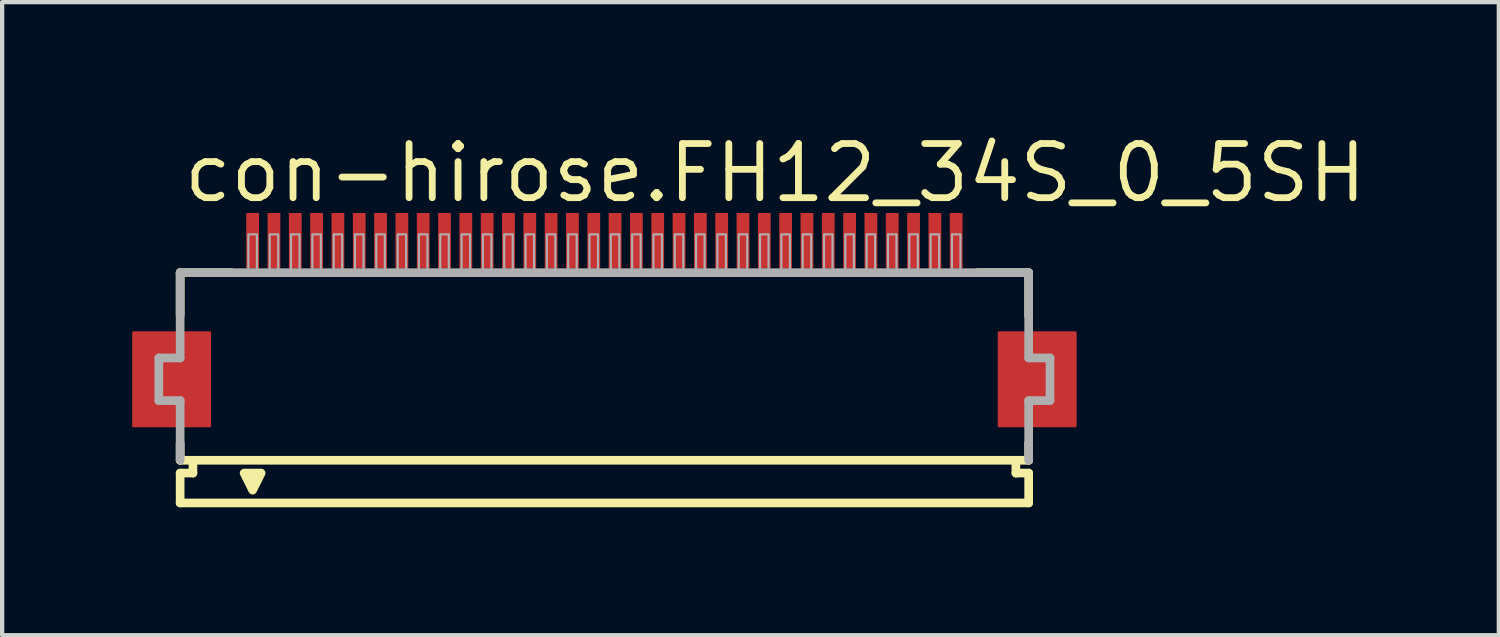
<source format=kicad_pcb>
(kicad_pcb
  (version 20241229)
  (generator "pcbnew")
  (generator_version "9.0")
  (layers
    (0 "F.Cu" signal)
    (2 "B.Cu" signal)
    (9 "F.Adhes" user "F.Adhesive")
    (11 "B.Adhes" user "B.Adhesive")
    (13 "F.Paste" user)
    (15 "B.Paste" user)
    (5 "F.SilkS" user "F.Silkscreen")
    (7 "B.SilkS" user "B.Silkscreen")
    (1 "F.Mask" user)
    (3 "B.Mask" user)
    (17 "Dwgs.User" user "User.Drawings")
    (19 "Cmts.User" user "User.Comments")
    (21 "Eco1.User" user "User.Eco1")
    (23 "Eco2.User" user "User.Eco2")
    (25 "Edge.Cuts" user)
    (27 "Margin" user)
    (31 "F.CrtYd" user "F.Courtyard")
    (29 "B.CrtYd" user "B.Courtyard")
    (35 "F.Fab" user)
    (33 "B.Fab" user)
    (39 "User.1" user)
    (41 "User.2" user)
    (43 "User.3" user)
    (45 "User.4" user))
  (footprint "con-hirose.FH12_34S_0_5SH"
    (layer "F.Cu")
    (at 11.125 5.845)
    (property "Reference" "con-hirose.FH12_34S_0_5SH" (at -9.948 -4.095 0) (layer "F.SilkS") (effects (font (size 1.27 1.27) (thickness 0.16)) (justify left bottom)))
    (attr smd)
    (fp_rect (start -11.05 1.1) (end -9.25 -1.1) (stroke (width 0.05) (type default)) (fill yes) (layer "F.Cu"))
    (fp_rect (start 9.25 1.1) (end 11.05 -1.1) (stroke (width 0.05) (type default)) (fill yes) (layer "F.Cu"))
    (fp_rect (start -11.1 1.175) (end -9.2 -1.175) (stroke (width 0.05) (type default)) (fill yes) (layer "F.Mask"))
    (fp_rect (start -8.45 -2.55) (end -8.05 -3.95) (stroke (width 0.05) (type default)) (fill yes) (layer "F.Mask"))
    (fp_rect (start -7.95 -2.55) (end -7.55 -3.95) (stroke (width 0.05) (type default)) (fill yes) (layer "F.Mask"))
    (fp_rect (start -7.45 -2.55) (end -7.05 -3.95) (stroke (width 0.05) (type default)) (fill yes) (layer "F.Mask"))
    (fp_rect (start -6.95 -2.55) (end -6.55 -3.95) (stroke (width 0.05) (type default)) (fill yes) (layer "F.Mask"))
    (fp_rect (start -6.45 -2.55) (end -6.05 -3.95) (stroke (width 0.05) (type default)) (fill yes) (layer "F.Mask"))
    (fp_rect (start -5.95 -2.55) (end -5.55 -3.95) (stroke (width 0.05) (type default)) (fill yes) (layer "F.Mask"))
    (fp_rect (start -5.45 -2.55) (end -5.05 -3.95) (stroke (width 0.05) (type default)) (fill yes) (layer "F.Mask"))
    (fp_rect (start -4.95 -2.55) (end -4.55 -3.95) (stroke (width 0.05) (type default)) (fill yes) (layer "F.Mask"))
    (fp_rect (start -4.45 -2.55) (end -4.05 -3.95) (stroke (width 0.05) (type default)) (fill yes) (layer "F.Mask"))
    (fp_rect (start -3.95 -2.55) (end -3.55 -3.95) (stroke (width 0.05) (type default)) (fill yes) (layer "F.Mask"))
    (fp_rect (start -3.45 -2.55) (end -3.05 -3.95) (stroke (width 0.05) (type default)) (fill yes) (layer "F.Mask"))
    (fp_rect (start -2.95 -2.55) (end -2.55 -3.95) (stroke (width 0.05) (type default)) (fill yes) (layer "F.Mask"))
    (fp_rect (start -2.45 -2.55) (end -2.05 -3.95) (stroke (width 0.05) (type default)) (fill yes) (layer "F.Mask"))
    (fp_rect (start -1.95 -2.55) (end -1.55 -3.95) (stroke (width 0.05) (type default)) (fill yes) (layer "F.Mask"))
    (fp_rect (start -1.45 -2.55) (end -1.05 -3.95) (stroke (width 0.05) (type default)) (fill yes) (layer "F.Mask"))
    (fp_rect (start -0.95 -2.55) (end -0.55 -3.95) (stroke (width 0.05) (type default)) (fill yes) (layer "F.Mask"))
    (fp_rect (start -0.45 -2.55) (end -0.05 -3.95) (stroke (width 0.05) (type default)) (fill yes) (layer "F.Mask"))
    (fp_rect (start 0.05 -2.55) (end 0.45 -3.95) (stroke (width 0.05) (type default)) (fill yes) (layer "F.Mask"))
    (fp_rect (start 0.55 -2.55) (end 0.95 -3.95) (stroke (width 0.05) (type default)) (fill yes) (layer "F.Mask"))
    (fp_rect (start 1.05 -2.55) (end 1.45 -3.95) (stroke (width 0.05) (type default)) (fill yes) (layer "F.Mask"))
    (fp_rect (start 1.55 -2.55) (end 1.95 -3.95) (stroke (width 0.05) (type default)) (fill yes) (layer "F.Mask"))
    (fp_rect (start 2.05 -2.55) (end 2.45 -3.95) (stroke (width 0.05) (type default)) (fill yes) (layer "F.Mask"))
    (fp_rect (start 2.55 -2.55) (end 2.95 -3.95) (stroke (width 0.05) (type default)) (fill yes) (layer "F.Mask"))
    (fp_rect (start 3.05 -2.55) (end 3.45 -3.95) (stroke (width 0.05) (type default)) (fill yes) (layer "F.Mask"))
    (fp_rect (start 3.55 -2.55) (end 3.95 -3.95) (stroke (width 0.05) (type default)) (fill yes) (layer "F.Mask"))
    (fp_rect (start 4.05 -2.55) (end 4.45 -3.95) (stroke (width 0.05) (type default)) (fill yes) (layer "F.Mask"))
    (fp_rect (start 4.55 -2.55) (end 4.95 -3.95) (stroke (width 0.05) (type default)) (fill yes) (layer "F.Mask"))
    (fp_rect (start 5.05 -2.55) (end 5.45 -3.95) (stroke (width 0.05) (type default)) (fill yes) (layer "F.Mask"))
    (fp_rect (start 5.55 -2.55) (end 5.95 -3.95) (stroke (width 0.05) (type default)) (fill yes) (layer "F.Mask"))
    (fp_rect (start 6.05 -2.55) (end 6.45 -3.95) (stroke (width 0.05) (type default)) (fill yes) (layer "F.Mask"))
    (fp_rect (start 6.55 -2.55) (end 6.95 -3.95) (stroke (width 0.05) (type default)) (fill yes) (layer "F.Mask"))
    (fp_rect (start 7.05 -2.55) (end 7.45 -3.95) (stroke (width 0.05) (type default)) (fill yes) (layer "F.Mask"))
    (fp_rect (start 7.55 -2.55) (end 7.95 -3.95) (stroke (width 0.05) (type default)) (fill yes) (layer "F.Mask"))
    (fp_rect (start 8.05 -2.55) (end 8.45 -3.95) (stroke (width 0.05) (type default)) (fill yes) (layer "F.Mask"))
    (fp_rect (start 9.2 1.175) (end 11.1 -1.175) (stroke (width 0.05) (type default)) (fill yes) (layer "F.Mask"))
    (fp_line (start -9.95 -2.5) (end -9.95 -1.5) (stroke (width 0.203) (type default)) (layer "F.SilkS"))
    (fp_line (start -9.95 1.5) (end -9.95 1.9) (stroke (width 0.203) (type default)) (layer "F.SilkS"))
    (fp_line (start -9.95 1.9) (end -9.65 1.9) (stroke (width 0.203) (type default)) (layer "F.SilkS"))
    (fp_line (start -9.95 2.2) (end -9.95 2.9) (stroke (width 0.203) (type default)) (layer "F.SilkS"))
    (fp_line (start -9.65 1.9) (end -9.65 2.2) (stroke (width 0.203) (type default)) (layer "F.SilkS"))
    (fp_line (start -9.65 2.2) (end -9.95 2.2) (stroke (width 0.203) (type default)) (layer "F.SilkS"))
    (fp_line (start -8.75 -2.5) (end -9.95 -2.5) (stroke (width 0.203) (type default)) (layer "F.SilkS"))
    (fp_line (start 9.65 1.9) (end -9.65 1.9) (stroke (width 0.203) (type default)) (layer "F.SilkS"))
    (fp_line (start 9.65 1.9) (end 9.95 1.9) (stroke (width 0.203) (type default)) (layer "F.SilkS"))
    (fp_line (start 9.65 2.2) (end 9.65 1.9) (stroke (width 0.203) (type default)) (layer "F.SilkS"))
    (fp_line (start 9.95 -2.5) (end 8.75 -2.5) (stroke (width 0.203) (type default)) (layer "F.SilkS"))
    (fp_line (start 9.95 -1.5) (end 9.95 -2.5) (stroke (width 0.203) (type default)) (layer "F.SilkS"))
    (fp_line (start 9.95 1.9) (end 9.95 1.5) (stroke (width 0.203) (type default)) (layer "F.SilkS"))
    (fp_line (start 9.95 2.2) (end 9.65 2.2) (stroke (width 0.203) (type default)) (layer "F.SilkS"))
    (fp_line (start 9.95 2.9) (end -9.95 2.9) (stroke (width 0.203) (type default)) (layer "F.SilkS"))
    (fp_line (start 9.95 2.9) (end 9.95 2.2) (stroke (width 0.203) (type default)) (layer "F.SilkS"))
    (fp_poly (pts (xy -8.45 2.2) (xy -8.25 2.6) (xy -8.05 2.2)) (stroke (width 0.203) (type default)) (fill yes) (layer "F.SilkS"))
    (fp_rect (start -10.975 1.025) (end -9.325 -1.025) (stroke (width 0.05) (type default)) (fill yes) (layer "F.Paste"))
    (fp_rect (start -8.375 -2.625) (end -8.125 -3.875) (stroke (width 0.05) (type default)) (fill yes) (layer "F.Paste"))
    (fp_rect (start -7.875 -2.625) (end -7.625 -3.875) (stroke (width 0.05) (type default)) (fill yes) (layer "F.Paste"))
    (fp_rect (start -7.375 -2.625) (end -7.125 -3.875) (stroke (width 0.05) (type default)) (fill yes) (layer "F.Paste"))
    (fp_rect (start -6.875 -2.625) (end -6.625 -3.875) (stroke (width 0.05) (type default)) (fill yes) (layer "F.Paste"))
    (fp_rect (start -6.375 -2.625) (end -6.125 -3.875) (stroke (width 0.05) (type default)) (fill yes) (layer "F.Paste"))
    (fp_rect (start -5.875 -2.625) (end -5.625 -3.875) (stroke (width 0.05) (type default)) (fill yes) (layer "F.Paste"))
    (fp_rect (start -5.375 -2.625) (end -5.125 -3.875) (stroke (width 0.05) (type default)) (fill yes) (layer "F.Paste"))
    (fp_rect (start -4.875 -2.625) (end -4.625 -3.875) (stroke (width 0.05) (type default)) (fill yes) (layer "F.Paste"))
    (fp_rect (start -4.375 -2.625) (end -4.125 -3.875) (stroke (width 0.05) (type default)) (fill yes) (layer "F.Paste"))
    (fp_rect (start -3.875 -2.625) (end -3.625 -3.875) (stroke (width 0.05) (type default)) (fill yes) (layer "F.Paste"))
    (fp_rect (start -3.375 -2.625) (end -3.125 -3.875) (stroke (width 0.05) (type default)) (fill yes) (layer "F.Paste"))
    (fp_rect (start -2.875 -2.625) (end -2.625 -3.875) (stroke (width 0.05) (type default)) (fill yes) (layer "F.Paste"))
    (fp_rect (start -2.375 -2.625) (end -2.125 -3.875) (stroke (width 0.05) (type default)) (fill yes) (layer "F.Paste"))
    (fp_rect (start -1.875 -2.625) (end -1.625 -3.875) (stroke (width 0.05) (type default)) (fill yes) (layer "F.Paste"))
    (fp_rect (start -1.375 -2.625) (end -1.125 -3.875) (stroke (width 0.05) (type default)) (fill yes) (layer "F.Paste"))
    (fp_rect (start -0.875 -2.625) (end -0.625 -3.875) (stroke (width 0.05) (type default)) (fill yes) (layer "F.Paste"))
    (fp_rect (start -0.375 -2.625) (end -0.125 -3.875) (stroke (width 0.05) (type default)) (fill yes) (layer "F.Paste"))
    (fp_rect (start 0.125 -2.625) (end 0.375 -3.875) (stroke (width 0.05) (type default)) (fill yes) (layer "F.Paste"))
    (fp_rect (start 0.625 -2.625) (end 0.875 -3.875) (stroke (width 0.05) (type default)) (fill yes) (layer "F.Paste"))
    (fp_rect (start 1.125 -2.625) (end 1.375 -3.875) (stroke (width 0.05) (type default)) (fill yes) (layer "F.Paste"))
    (fp_rect (start 1.625 -2.625) (end 1.875 -3.875) (stroke (width 0.05) (type default)) (fill yes) (layer "F.Paste"))
    (fp_rect (start 2.125 -2.625) (end 2.375 -3.875) (stroke (width 0.05) (type default)) (fill yes) (layer "F.Paste"))
    (fp_rect (start 2.625 -2.625) (end 2.875 -3.875) (stroke (width 0.05) (type default)) (fill yes) (layer "F.Paste"))
    (fp_rect (start 3.125 -2.625) (end 3.375 -3.875) (stroke (width 0.05) (type default)) (fill yes) (layer "F.Paste"))
    (fp_rect (start 3.625 -2.625) (end 3.875 -3.875) (stroke (width 0.05) (type default)) (fill yes) (layer "F.Paste"))
    (fp_rect (start 4.125 -2.625) (end 4.375 -3.875) (stroke (width 0.05) (type default)) (fill yes) (layer "F.Paste"))
    (fp_rect (start 4.625 -2.625) (end 4.875 -3.875) (stroke (width 0.05) (type default)) (fill yes) (layer "F.Paste"))
    (fp_rect (start 5.125 -2.625) (end 5.375 -3.875) (stroke (width 0.05) (type default)) (fill yes) (layer "F.Paste"))
    (fp_rect (start 5.625 -2.625) (end 5.875 -3.875) (stroke (width 0.05) (type default)) (fill yes) (layer "F.Paste"))
    (fp_rect (start 6.125 -2.625) (end 6.375 -3.875) (stroke (width 0.05) (type default)) (fill yes) (layer "F.Paste"))
    (fp_rect (start 6.625 -2.625) (end 6.875 -3.875) (stroke (width 0.05) (type default)) (fill yes) (layer "F.Paste"))
    (fp_rect (start 7.125 -2.625) (end 7.375 -3.875) (stroke (width 0.05) (type default)) (fill yes) (layer "F.Paste"))
    (fp_rect (start 7.625 -2.625) (end 7.875 -3.875) (stroke (width 0.05) (type default)) (fill yes) (layer "F.Paste"))
    (fp_rect (start 8.125 -2.625) (end 8.375 -3.875) (stroke (width 0.05) (type default)) (fill yes) (layer "F.Paste"))
    (fp_rect (start 9.325 1.025) (end 10.975 -1.025) (stroke (width 0.05) (type default)) (fill yes) (layer "F.Paste"))
    (fp_line (start -10.45 -0.5) (end -10.45 0.5) (stroke (width 0.203) (type default)) (layer "F.Fab"))
    (fp_line (start -10.45 0.5) (end -9.95 0.5) (stroke (width 0.203) (type default)) (layer "F.Fab"))
    (fp_line (start -9.95 -2.5) (end -9.95 -0.5) (stroke (width 0.203) (type default)) (layer "F.Fab"))
    (fp_line (start -9.95 -0.5) (end -10.45 -0.5) (stroke (width 0.203) (type default)) (layer "F.Fab"))
    (fp_line (start -9.95 0.5) (end -9.95 1.9) (stroke (width 0.203) (type default)) (layer "F.Fab"))
    (fp_line (start 9.95 -2.5) (end -9.95 -2.5) (stroke (width 0.203) (type default)) (layer "F.Fab"))
    (fp_line (start 9.95 -0.5) (end 9.95 -2.5) (stroke (width 0.203) (type default)) (layer "F.Fab"))
    (fp_line (start 9.95 0.5) (end 10.45 0.5) (stroke (width 0.203) (type default)) (layer "F.Fab"))
    (fp_line (start 9.95 1.9) (end 9.95 0.5) (stroke (width 0.203) (type default)) (layer "F.Fab"))
    (fp_line (start 10.45 -0.5) (end 9.95 -0.5) (stroke (width 0.203) (type default)) (layer "F.Fab"))
    (fp_line (start 10.45 0.5) (end 10.45 -0.5) (stroke (width 0.203) (type default)) (layer "F.Fab"))
    (fp_rect (start -8.35 -2.55) (end -8.15 -3.4) (stroke (width 0.05) (type default)) (fill no) (layer "F.Fab"))
    (fp_rect (start -7.85 -2.55) (end -7.65 -3.4) (stroke (width 0.05) (type default)) (fill no) (layer "F.Fab"))
    (fp_rect (start -7.35 -2.55) (end -7.15 -3.4) (stroke (width 0.05) (type default)) (fill no) (layer "F.Fab"))
    (fp_rect (start -6.85 -2.55) (end -6.65 -3.4) (stroke (width 0.05) (type default)) (fill no) (layer "F.Fab"))
    (fp_rect (start -6.35 -2.55) (end -6.15 -3.4) (stroke (width 0.05) (type default)) (fill no) (layer "F.Fab"))
    (fp_rect (start -5.85 -2.55) (end -5.65 -3.4) (stroke (width 0.05) (type default)) (fill no) (layer "F.Fab"))
    (fp_rect (start -5.35 -2.55) (end -5.15 -3.4) (stroke (width 0.05) (type default)) (fill no) (layer "F.Fab"))
    (fp_rect (start -4.85 -2.55) (end -4.65 -3.4) (stroke (width 0.05) (type default)) (fill no) (layer "F.Fab"))
    (fp_rect (start -4.35 -2.55) (end -4.15 -3.4) (stroke (width 0.05) (type default)) (fill no) (layer "F.Fab"))
    (fp_rect (start -3.85 -2.55) (end -3.65 -3.4) (stroke (width 0.05) (type default)) (fill no) (layer "F.Fab"))
    (fp_rect (start -3.35 -2.55) (end -3.15 -3.4) (stroke (width 0.05) (type default)) (fill no) (layer "F.Fab"))
    (fp_rect (start -2.85 -2.55) (end -2.65 -3.4) (stroke (width 0.05) (type default)) (fill no) (layer "F.Fab"))
    (fp_rect (start -2.35 -2.55) (end -2.15 -3.4) (stroke (width 0.05) (type default)) (fill no) (layer "F.Fab"))
    (fp_rect (start -1.85 -2.55) (end -1.65 -3.4) (stroke (width 0.05) (type default)) (fill no) (layer "F.Fab"))
    (fp_rect (start -1.35 -2.55) (end -1.15 -3.4) (stroke (width 0.05) (type default)) (fill no) (layer "F.Fab"))
    (fp_rect (start -0.85 -2.55) (end -0.65 -3.4) (stroke (width 0.05) (type default)) (fill no) (layer "F.Fab"))
    (fp_rect (start -0.35 -2.55) (end -0.15 -3.4) (stroke (width 0.05) (type default)) (fill no) (layer "F.Fab"))
    (fp_rect (start 0.15 -2.55) (end 0.35 -3.4) (stroke (width 0.05) (type default)) (fill no) (layer "F.Fab"))
    (fp_rect (start 0.65 -2.55) (end 0.85 -3.4) (stroke (width 0.05) (type default)) (fill no) (layer "F.Fab"))
    (fp_rect (start 1.15 -2.55) (end 1.35 -3.4) (stroke (width 0.05) (type default)) (fill no) (layer "F.Fab"))
    (fp_rect (start 1.65 -2.55) (end 1.85 -3.4) (stroke (width 0.05) (type default)) (fill no) (layer "F.Fab"))
    (fp_rect (start 2.15 -2.55) (end 2.35 -3.4) (stroke (width 0.05) (type default)) (fill no) (layer "F.Fab"))
    (fp_rect (start 2.65 -2.55) (end 2.85 -3.4) (stroke (width 0.05) (type default)) (fill no) (layer "F.Fab"))
    (fp_rect (start 3.15 -2.55) (end 3.35 -3.4) (stroke (width 0.05) (type default)) (fill no) (layer "F.Fab"))
    (fp_rect (start 3.65 -2.55) (end 3.85 -3.4) (stroke (width 0.05) (type default)) (fill no) (layer "F.Fab"))
    (fp_rect (start 4.15 -2.55) (end 4.35 -3.4) (stroke (width 0.05) (type default)) (fill no) (layer "F.Fab"))
    (fp_rect (start 4.65 -2.55) (end 4.85 -3.4) (stroke (width 0.05) (type default)) (fill no) (layer "F.Fab"))
    (fp_rect (start 5.15 -2.55) (end 5.35 -3.4) (stroke (width 0.05) (type default)) (fill no) (layer "F.Fab"))
    (fp_rect (start 5.65 -2.55) (end 5.85 -3.4) (stroke (width 0.05) (type default)) (fill no) (layer "F.Fab"))
    (fp_rect (start 6.15 -2.55) (end 6.35 -3.4) (stroke (width 0.05) (type default)) (fill no) (layer "F.Fab"))
    (fp_rect (start 6.65 -2.55) (end 6.85 -3.4) (stroke (width 0.05) (type default)) (fill no) (layer "F.Fab"))
    (fp_rect (start 7.15 -2.55) (end 7.35 -3.4) (stroke (width 0.05) (type default)) (fill no) (layer "F.Fab"))
    (fp_rect (start 7.65 -2.55) (end 7.85 -3.4) (stroke (width 0.05) (type default)) (fill no) (layer "F.Fab"))
    (fp_rect (start 8.15 -2.55) (end 8.35 -3.4) (stroke (width 0.05) (type default)) (fill no) (layer "F.Fab"))
    (pad "1" smd roundrect (at -8.25 -3.25) (size 0.3 1.3) (layers "F.Cu" "F.Mask" "F.Paste") (roundrect_rratio 0.01))
    (pad "2" smd roundrect (at -7.75 -3.25) (size 0.3 1.3) (layers "F.Cu" "F.Mask" "F.Paste") (roundrect_rratio 0.01))
    (pad "3" smd roundrect (at -7.25 -3.25) (size 0.3 1.3) (layers "F.Cu" "F.Mask" "F.Paste") (roundrect_rratio 0.01))
    (pad "4" smd roundrect (at -6.75 -3.25) (size 0.3 1.3) (layers "F.Cu" "F.Mask" "F.Paste") (roundrect_rratio 0.01))
    (pad "5" smd roundrect (at -6.25 -3.25) (size 0.3 1.3) (layers "F.Cu" "F.Mask" "F.Paste") (roundrect_rratio 0.01))
    (pad "6" smd roundrect (at -5.75 -3.25) (size 0.3 1.3) (layers "F.Cu" "F.Mask" "F.Paste") (roundrect_rratio 0.01))
    (pad "7" smd roundrect (at -5.25 -3.25) (size 0.3 1.3) (layers "F.Cu" "F.Mask" "F.Paste") (roundrect_rratio 0.01))
    (pad "8" smd roundrect (at -4.75 -3.25) (size 0.3 1.3) (layers "F.Cu" "F.Mask" "F.Paste") (roundrect_rratio 0.01))
    (pad "9" smd roundrect (at -4.25 -3.25) (size 0.3 1.3) (layers "F.Cu" "F.Mask" "F.Paste") (roundrect_rratio 0.01))
    (pad "10" smd roundrect (at -3.75 -3.25) (size 0.3 1.3) (layers "F.Cu" "F.Mask" "F.Paste") (roundrect_rratio 0.01))
    (pad "11" smd roundrect (at -3.25 -3.25) (size 0.3 1.3) (layers "F.Cu" "F.Mask" "F.Paste") (roundrect_rratio 0.01))
    (pad "12" smd roundrect (at -2.75 -3.25) (size 0.3 1.3) (layers "F.Cu" "F.Mask" "F.Paste") (roundrect_rratio 0.01))
    (pad "13" smd roundrect (at -2.25 -3.25) (size 0.3 1.3) (layers "F.Cu" "F.Mask" "F.Paste") (roundrect_rratio 0.01))
    (pad "14" smd roundrect (at -1.75 -3.25) (size 0.3 1.3) (layers "F.Cu" "F.Mask" "F.Paste") (roundrect_rratio 0.01))
    (pad "15" smd roundrect (at -1.25 -3.25) (size 0.3 1.3) (layers "F.Cu" "F.Mask" "F.Paste") (roundrect_rratio 0.01))
    (pad "16" smd roundrect (at -0.75 -3.25) (size 0.3 1.3) (layers "F.Cu" "F.Mask" "F.Paste") (roundrect_rratio 0.01))
    (pad "17" smd roundrect (at -0.25 -3.25) (size 0.3 1.3) (layers "F.Cu" "F.Mask" "F.Paste") (roundrect_rratio 0.01))
    (pad "18" smd roundrect (at 0.25 -3.25) (size 0.3 1.3) (layers "F.Cu" "F.Mask" "F.Paste") (roundrect_rratio 0.01))
    (pad "19" smd roundrect (at 0.75 -3.25) (size 0.3 1.3) (layers "F.Cu" "F.Mask" "F.Paste") (roundrect_rratio 0.01))
    (pad "20" smd roundrect (at 1.25 -3.25) (size 0.3 1.3) (layers "F.Cu" "F.Mask" "F.Paste") (roundrect_rratio 0.01))
    (pad "21" smd roundrect (at 1.75 -3.25) (size 0.3 1.3) (layers "F.Cu" "F.Mask" "F.Paste") (roundrect_rratio 0.01))
    (pad "22" smd roundrect (at 2.25 -3.25) (size 0.3 1.3) (layers "F.Cu" "F.Mask" "F.Paste") (roundrect_rratio 0.01))
    (pad "23" smd roundrect (at 2.75 -3.25) (size 0.3 1.3) (layers "F.Cu" "F.Mask" "F.Paste") (roundrect_rratio 0.01))
    (pad "24" smd roundrect (at 3.25 -3.25) (size 0.3 1.3) (layers "F.Cu" "F.Mask" "F.Paste") (roundrect_rratio 0.01))
    (pad "25" smd roundrect (at 3.75 -3.25) (size 0.3 1.3) (layers "F.Cu" "F.Mask" "F.Paste") (roundrect_rratio 0.01))
    (pad "26" smd roundrect (at 4.25 -3.25) (size 0.3 1.3) (layers "F.Cu" "F.Mask" "F.Paste") (roundrect_rratio 0.01))
    (pad "27" smd roundrect (at 4.75 -3.25) (size 0.3 1.3) (layers "F.Cu" "F.Mask" "F.Paste") (roundrect_rratio 0.01))
    (pad "28" smd roundrect (at 5.25 -3.25) (size 0.3 1.3) (layers "F.Cu" "F.Mask" "F.Paste") (roundrect_rratio 0.01))
    (pad "29" smd roundrect (at 5.75 -3.25) (size 0.3 1.3) (layers "F.Cu" "F.Mask" "F.Paste") (roundrect_rratio 0.01))
    (pad "30" smd roundrect (at 6.25 -3.25) (size 0.3 1.3) (layers "F.Cu" "F.Mask" "F.Paste") (roundrect_rratio 0.01))
    (pad "31" smd roundrect (at 6.75 -3.25) (size 0.3 1.3) (layers "F.Cu" "F.Mask" "F.Paste") (roundrect_rratio 0.01))
    (pad "32" smd roundrect (at 7.25 -3.25) (size 0.3 1.3) (layers "F.Cu" "F.Mask" "F.Paste") (roundrect_rratio 0.01))
    (pad "33" smd roundrect (at 7.75 -3.25) (size 0.3 1.3) (layers "F.Cu" "F.Mask" "F.Paste") (roundrect_rratio 0.01))
    (pad "34" smd roundrect (at 8.25 -3.25) (size 0.3 1.3) (layers "F.Cu" "F.Mask" "F.Paste") (roundrect_rratio 0.01)))
  (gr_rect
    (start -3 -3)
    (end 32.101 11.847)
    (stroke (width 0.1) (type default))
    (fill no)
    (layer "Edge.Cuts")))
</source>
